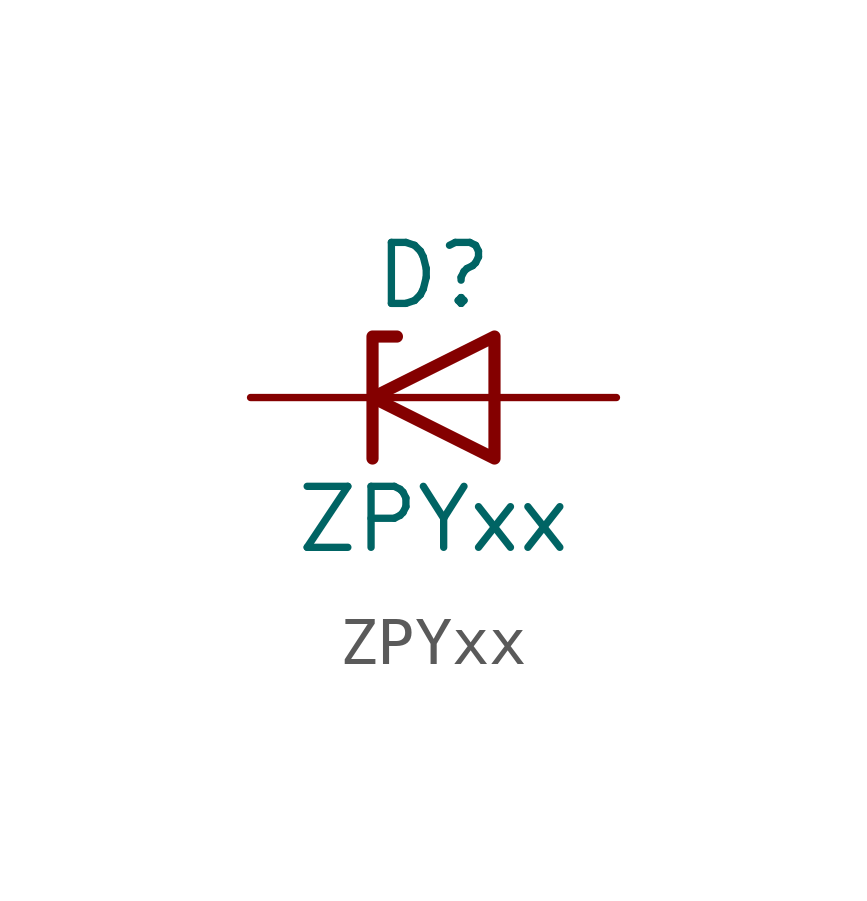
<source format=kicad_sym>
(kicad_symbol_lib
  (version 20241209)
  (generator "kicad_symbol_editor")
  (generator_version "9.0")
  (symbol "ZPYxx"
    (pin_numbers hide)
    (pin_names hide)
    (property "Reference" "D"
      (at 0 2.54 0)
      (effects (font (size 1.27 1.27))))
    (property "Value" "ZPYxx"
      (at 0 -2.54 0)
      (effects (font (size 1.27 1.27))))
    (symbol "ZPYxx_0_1"
      (polyline (pts (xy -1.27 -1.27) (xy -1.27 1.27) (xy -0.762 1.27)) (stroke (width 0.254) (type default)) (fill (type none)))
      (polyline (pts (xy 1.27 0) (xy -1.27 0)) (stroke (width 0) (type default)) (fill (type none)))
      (polyline (pts (xy 1.27 -1.27) (xy 1.27 1.27) (xy -1.27 0) (xy 1.27 -1.27)) (stroke (width 0.254) (type default)) (fill (type none))))
    (symbol "ZPYxx_1_1"
      (pin passive line (at -3.81 0 0) (length 2.54) (name "K" (effects (font (size 1.27 1.27)))) (number "1" (effects (font (size 1.27 1.27)))))
      (pin passive line (at 3.81 0 180) (length 2.54) (name "A" (effects (font (size 1.27 1.27)))) (number "2" (effects (font (size 1.27 1.27))))))))
</source>
